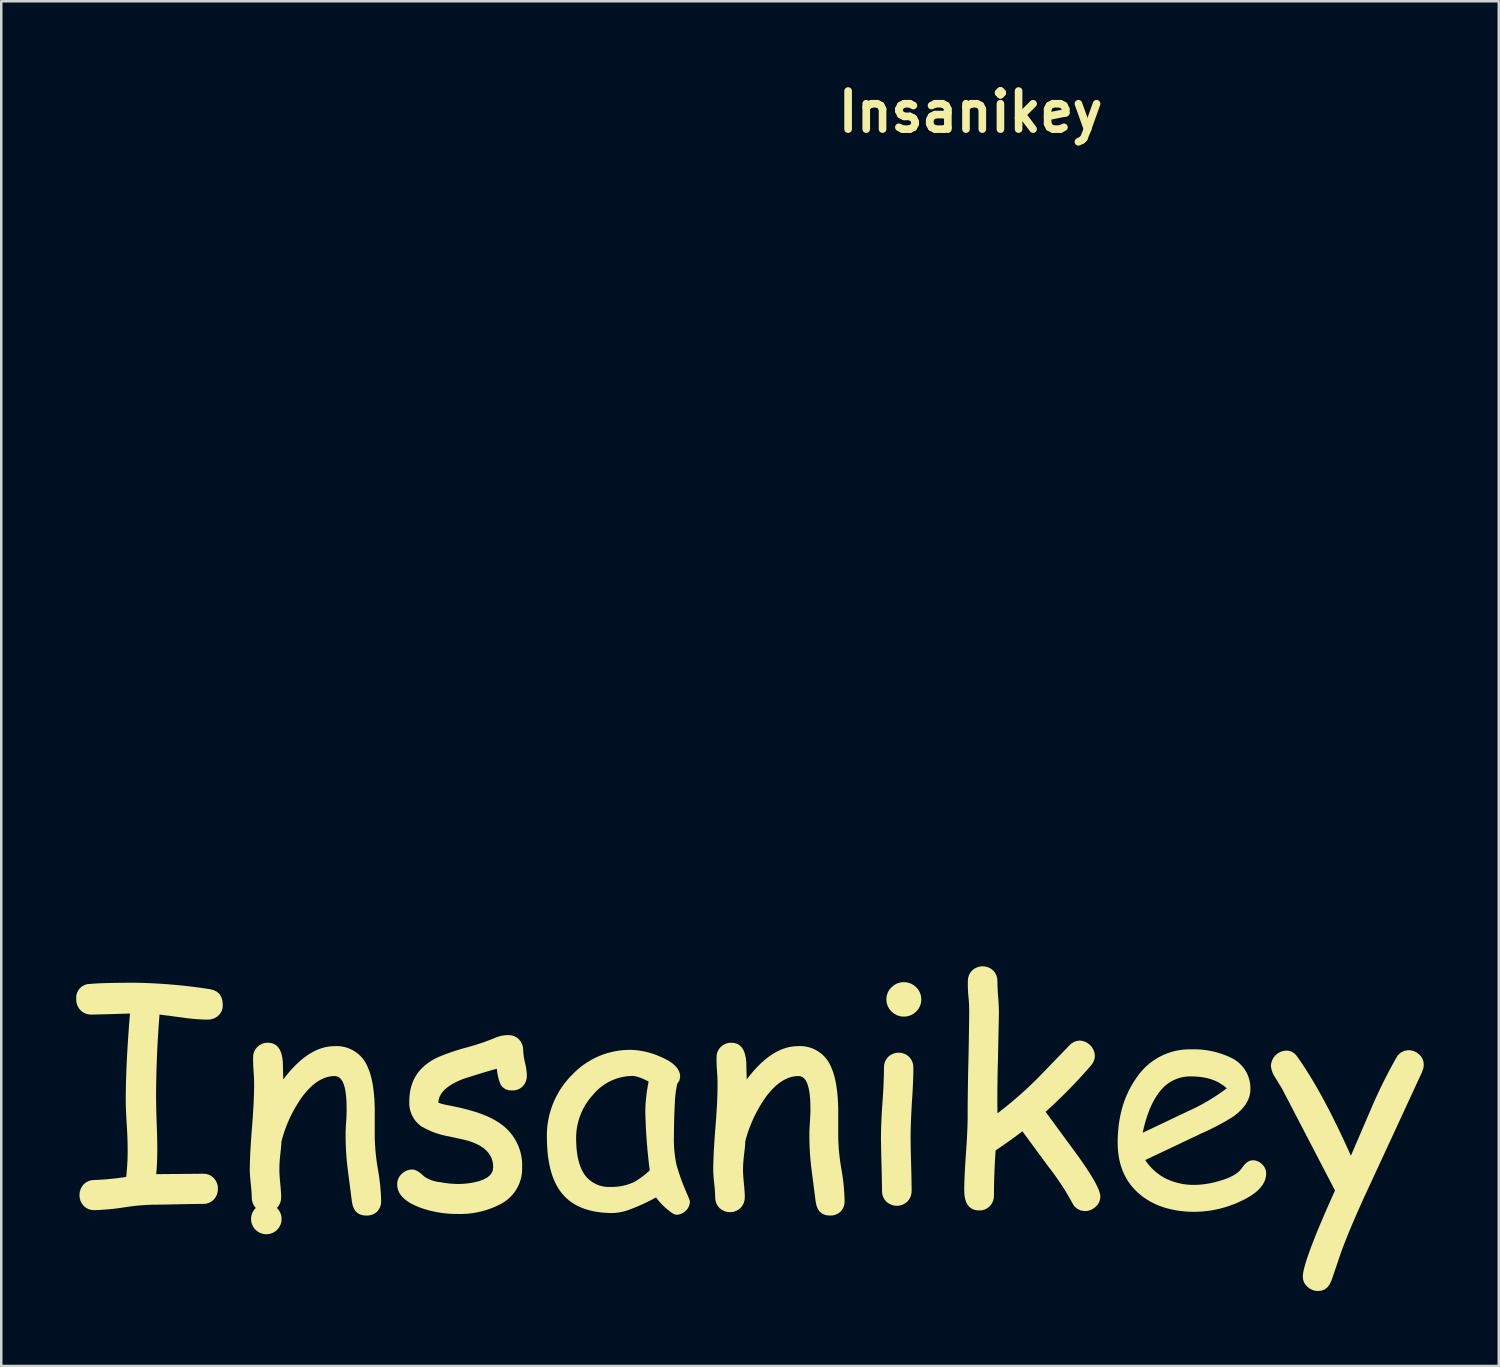
<source format=kicad_pcb>
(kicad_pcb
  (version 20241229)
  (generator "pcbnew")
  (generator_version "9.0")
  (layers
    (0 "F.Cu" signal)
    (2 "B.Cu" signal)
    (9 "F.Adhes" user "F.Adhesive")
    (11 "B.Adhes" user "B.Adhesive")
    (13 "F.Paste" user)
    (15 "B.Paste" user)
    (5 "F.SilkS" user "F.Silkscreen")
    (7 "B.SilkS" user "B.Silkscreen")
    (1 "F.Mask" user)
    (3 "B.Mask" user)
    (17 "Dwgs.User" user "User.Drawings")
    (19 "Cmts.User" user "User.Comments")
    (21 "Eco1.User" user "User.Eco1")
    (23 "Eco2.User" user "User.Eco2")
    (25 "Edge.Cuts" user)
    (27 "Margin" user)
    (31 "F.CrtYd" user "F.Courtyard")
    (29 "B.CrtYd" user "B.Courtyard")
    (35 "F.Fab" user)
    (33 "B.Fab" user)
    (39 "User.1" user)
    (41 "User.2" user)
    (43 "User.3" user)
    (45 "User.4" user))
  (footprint "Insanikey"
    (layer "F.Cu")
    (at 35.784 41.947)
    (property "Reference" "Insanikey" (at 0 -40.52 0) (layer "F.SilkS") (effects (font (size 1.524 1.524) (thickness 0.305))))
    (attr exclude_from_pos_files exclude_from_bom)
    (fp_poly (pts (xy -2.667 -4.318) (xy -2.803 -4.33) (xy -2.934 -4.369) (xy -3.054 -4.433) (xy -3.16 -4.519) (xy -3.249 -4.623) (xy -3.315 -4.742) (xy -3.356 -4.873) (xy -3.368 -5.009) (xy -3.355 -5.144) (xy -3.315 -5.275) (xy -3.249 -5.394) (xy -3.16 -5.496) (xy -3.054 -5.583) (xy -2.934 -5.647) (xy -2.803 -5.686) (xy -2.667 -5.698) (xy -2.531 -5.686) (xy -2.401 -5.647) (xy -2.281 -5.583) (xy -2.176 -5.496) (xy -2.087 -5.393) (xy -2.022 -5.274) (xy -1.982 -5.144) (xy -1.969 -5.009) (xy -1.981 -4.873) (xy -2.021 -4.742) (xy -2.087 -4.623) (xy -2.176 -4.519) (xy -2.281 -4.433) (xy -2.401 -4.369) (xy -2.531 -4.33) (xy -2.667 -4.318)) (stroke (width 0) (type solid)) (fill yes) (layer "F.SilkS"))
    (fp_poly (pts (xy -2.398 0.517) (xy -2.397 0.626) (xy -2.396 0.75) (xy -2.394 0.889) (xy -2.391 1.041) (xy -2.387 1.208) (xy -2.383 1.389) (xy -2.377 1.585) (xy -2.372 1.781) (xy -2.367 1.962) (xy -2.364 2.129) (xy -2.361 2.281) (xy -2.359 2.42) (xy -2.357 2.544) (xy -2.357 2.654) (xy -2.366 2.771) (xy -2.398 2.885) (xy -2.452 2.99) (xy -2.526 3.082) (xy -2.618 3.154) (xy -2.721 3.208) (xy -2.833 3.241) (xy -2.95 3.252) (xy -3.066 3.241) (xy -3.178 3.208) (xy -3.281 3.154) (xy -3.373 3.082) (xy -3.448 2.99) (xy -3.502 2.885) (xy -3.534 2.771) (xy -3.542 2.654) (xy -3.543 2.544) (xy -3.544 2.42) (xy -3.546 2.282) (xy -3.549 2.13) (xy -3.553 1.963) (xy -3.557 1.781) (xy -3.563 1.585) (xy -3.568 1.389) (xy -3.573 1.208) (xy -3.576 1.04) (xy -3.579 0.888) (xy -3.581 0.75) (xy -3.583 0.626) (xy -3.583 0.517) (xy -3.582 0.389) (xy -3.58 0.253) (xy -3.577 0.111) (xy -3.572 -0.038) (xy -3.565 -0.194) (xy -3.557 -0.356) (xy -3.548 -0.524) (xy -3.536 -0.699) (xy -3.524 -0.879) (xy -3.511 -1.059) (xy -3.5 -1.232) (xy -3.49 -1.4) (xy -3.482 -1.562) (xy -3.476 -1.717) (xy -3.471 -1.866) (xy -3.467 -2.009) (xy -3.465 -2.146) (xy -3.464 -2.276) (xy -3.456 -2.395) (xy -3.424 -2.51) (xy -3.37 -2.616) (xy -3.295 -2.709) (xy -3.204 -2.781) (xy -3.102 -2.833) (xy -2.991 -2.866) (xy -2.876 -2.877) (xy -2.761 -2.866) (xy -2.65 -2.833) (xy -2.548 -2.781) (xy -2.457 -2.709) (xy -2.382 -2.616) (xy -2.327 -2.51) (xy -2.296 -2.395) (xy -2.288 -2.276) (xy -2.288 -2.148) (xy -2.29 -2.014) (xy -2.294 -1.872) (xy -2.299 -1.724) (xy -2.306 -1.569) (xy -2.314 -1.407) (xy -2.323 -1.237) (xy -2.334 -1.062) (xy -2.347 -0.879) (xy -2.357 -0.696) (xy -2.366 -0.521) (xy -2.374 -0.352) (xy -2.381 -0.19) (xy -2.387 -0.035) (xy -2.392 0.113) (xy -2.395 0.254) (xy -2.397 0.389) (xy -2.398 0.517)) (stroke (width 0) (type solid)) (fill yes) (layer "F.SilkS"))
    (fp_poly (pts (xy 18.065 -2.096) (xy 16.006 2.357) (xy 15.922 2.536) (xy 15.841 2.712) (xy 15.761 2.884) (xy 15.685 3.053) (xy 15.61 3.219) (xy 15.537 3.382) (xy 15.467 3.541) (xy 15.399 3.697) (xy 15.333 3.85) (xy 15.269 3.999) (xy 15.208 4.145) (xy 15.148 4.288) (xy 15.091 4.428) (xy 15.036 4.564) (xy 14.984 4.697) (xy 14.933 4.827) (xy 14.885 4.954) (xy 14.839 5.077) (xy 14.446 6.232) (xy 14.375 6.386) (xy 14.286 6.507) (xy 14.178 6.593) (xy 14.053 6.644) (xy 13.909 6.662) (xy 13.791 6.651) (xy 13.678 6.618) (xy 13.572 6.565) (xy 13.479 6.492) (xy 13.401 6.408) (xy 13.342 6.309) (xy 13.307 6.199) (xy 13.296 6.084) (xy 13.299 6.026) (xy 13.307 5.958) (xy 13.32 5.88) (xy 13.339 5.793) (xy 13.363 5.697) (xy 13.392 5.592) (xy 13.426 5.477) (xy 13.466 5.354) (xy 13.512 5.22) (xy 13.562 5.078) (xy 13.618 4.926) (xy 13.679 4.764) (xy 13.746 4.594) (xy 13.817 4.414) (xy 13.894 4.224) (xy 13.977 4.026) (xy 14.065 3.818) (xy 14.158 3.601) (xy 14.256 3.374) (xy 14.36 3.138) (xy 14.469 2.893) (xy 14.583 2.638) (xy 12.455 -1.454) (xy 12.187 -1.888) (xy 12.123 -1.994) (xy 12.073 -2.107) (xy 12.038 -2.225) (xy 12.018 -2.347) (xy 12.033 -2.464) (xy 12.07 -2.577) (xy 12.127 -2.68) (xy 12.202 -2.772) (xy 12.293 -2.848) (xy 12.396 -2.906) (xy 12.508 -2.943) (xy 12.626 -2.96) (xy 12.748 -2.95) (xy 12.863 -2.91) (xy 12.965 -2.842) (xy 13.047 -2.752) (xy 13.12 -2.65) (xy 13.193 -2.545) (xy 13.267 -2.437) (xy 13.34 -2.326) (xy 13.415 -2.212) (xy 13.489 -2.095) (xy 13.564 -1.975) (xy 13.639 -1.851) (xy 13.715 -1.725) (xy 13.791 -1.596) (xy 13.867 -1.464) (xy 13.944 -1.329) (xy 14.021 -1.19) (xy 14.098 -1.049) (xy 14.176 -0.905) (xy 14.254 -0.757) (xy 14.333 -0.607) (xy 14.412 -0.453) (xy 14.491 -0.297) (xy 14.57 -0.137) (xy 14.65 0.025) (xy 14.731 0.191) (xy 14.811 0.359) (xy 14.892 0.531) (xy 14.974 0.706) (xy 15.055 0.884) (xy 15.137 1.064) (xy 15.22 1.248) (xy 16.102 -0.804) (xy 16.154 -0.921) (xy 16.206 -1.038) (xy 16.26 -1.155) (xy 16.314 -1.271) (xy 16.369 -1.387) (xy 16.424 -1.503) (xy 16.48 -1.618) (xy 16.537 -1.733) (xy 16.595 -1.847) (xy 16.653 -1.961) (xy 16.712 -2.075) (xy 16.772 -2.188) (xy 16.832 -2.301) (xy 16.894 -2.414) (xy 16.956 -2.526) (xy 17.018 -2.638) (xy 17.101 -2.773) (xy 17.219 -2.88) (xy 17.361 -2.949) (xy 17.518 -2.977) (xy 17.636 -2.967) (xy 17.75 -2.934) (xy 17.856 -2.881) (xy 17.949 -2.807) (xy 18.029 -2.723) (xy 18.088 -2.623) (xy 18.125 -2.513) (xy 18.137 -2.398) (xy 18.118 -2.243) (xy 18.065 -2.096)) (stroke (width 0) (type solid)) (fill yes) (layer "F.SilkS"))
    (fp_poly (pts (xy 4.572 3.463) (xy 4.413 3.439) (xy 4.267 3.37) (xy 4.147 3.262) (xy 4.064 3.124) (xy 4.013 3.031) (xy 3.96 2.938) (xy 3.907 2.846) (xy 3.853 2.754) (xy 3.798 2.663) (xy 3.742 2.573) (xy 3.684 2.483) (xy 3.626 2.394) (xy 3.568 2.305) (xy 3.508 2.217) (xy 3.447 2.129) (xy 3.385 2.043) (xy 3.323 1.956) (xy 3.259 1.871) (xy 3.195 1.786) (xy 3.129 1.702) (xy 2.074 0.268) (xy 1.982 0.34) (xy 1.878 0.418) (xy 1.762 0.504) (xy 1.635 0.597) (xy 1.495 0.696) (xy 1.343 0.802) (xy 1.18 0.915) (xy 1.004 1.035) (xy 0.993 1.202) (xy 0.982 1.369) (xy 0.973 1.535) (xy 0.965 1.7) (xy 0.958 1.865) (xy 0.952 2.028) (xy 0.947 2.191) (xy 0.943 2.353) (xy 0.94 2.514) (xy 0.939 2.674) (xy 0.938 2.833) (xy 0.93 2.953) (xy 0.898 3.068) (xy 0.844 3.175) (xy 0.769 3.268) (xy 0.679 3.342) (xy 0.577 3.397) (xy 0.465 3.429) (xy 0.349 3.438) (xy 0.208 3.425) (xy 0.086 3.387) (xy -0.017 3.324) (xy -0.101 3.235) (xy -0.167 3.122) (xy -0.214 2.983) (xy -0.243 2.818) (xy -0.252 2.628) (xy -0.251 2.512) (xy -0.249 2.384) (xy -0.244 2.243) (xy -0.238 2.091) (xy -0.231 1.926) (xy -0.221 1.75) (xy -0.21 1.561) (xy -0.197 1.361) (xy -0.183 1.148) (xy -0.168 0.936) (xy -0.155 0.735) (xy -0.144 0.547) (xy -0.135 0.37) (xy -0.128 0.206) (xy -0.122 0.054) (xy -0.118 -0.086) (xy -0.115 -0.214) (xy -0.115 -0.33) (xy -0.115 -0.471) (xy -0.114 -0.615) (xy -0.114 -0.762) (xy -0.112 -0.912) (xy -0.111 -1.065) (xy -0.109 -1.221) (xy -0.107 -1.38) (xy -0.105 -1.543) (xy -0.102 -1.708) (xy -0.099 -1.876) (xy -0.096 -2.048) (xy -0.092 -2.222) (xy -0.088 -2.399) (xy -0.084 -2.577) (xy -0.08 -2.751) (xy -0.076 -2.922) (xy -0.073 -3.091) (xy -0.07 -3.256) (xy -0.067 -3.418) (xy -0.065 -3.577) (xy -0.062 -3.733) (xy -0.06 -3.886) (xy -0.058 -4.036) (xy -0.057 -4.183) (xy -0.055 -4.326) (xy -0.054 -4.467) (xy -0.054 -4.606) (xy -0.057 -4.758) (xy -0.065 -4.921) (xy -0.081 -5.097) (xy -0.097 -5.272) (xy -0.105 -5.436) (xy -0.108 -5.588) (xy -0.108 -5.728) (xy -0.1 -5.848) (xy -0.068 -5.963) (xy -0.014 -6.07) (xy 0.061 -6.164) (xy 0.153 -6.236) (xy 0.257 -6.289) (xy 0.368 -6.322) (xy 0.484 -6.333) (xy 0.6 -6.322) (xy 0.712 -6.289) (xy 0.816 -6.236) (xy 0.908 -6.164) (xy 0.982 -6.07) (xy 1.037 -5.963) (xy 1.069 -5.848) (xy 1.077 -5.728) (xy 1.079 -5.585) (xy 1.085 -5.43) (xy 1.094 -5.262) (xy 1.108 -5.082) (xy 1.121 -4.901) (xy 1.13 -4.734) (xy 1.135 -4.579) (xy 1.136 -4.436) (xy 1.096 -2.52) (xy 1.091 -2.36) (xy 1.087 -2.201) (xy 1.084 -2.041) (xy 1.081 -1.882) (xy 1.079 -1.723) (xy 1.077 -1.563) (xy 1.075 -1.404) (xy 1.074 -1.245) (xy 1.074 -1.085) (xy 1.074 -0.926) (xy 1.074 -0.767) (xy 1.076 -0.608) (xy 1.077 -0.449) (xy 1.18 -0.527) (xy 1.281 -0.607) (xy 1.382 -0.687) (xy 1.483 -0.768) (xy 1.583 -0.85) (xy 1.682 -0.933) (xy 1.781 -1.017) (xy 1.879 -1.101) (xy 1.976 -1.186) (xy 2.072 -1.272) (xy 2.168 -1.359) (xy 2.263 -1.446) (xy 2.358 -1.534) (xy 2.451 -1.623) (xy 2.544 -1.713) (xy 2.637 -1.803) (xy 3.947 -3.158) (xy 4.034 -3.241) (xy 4.137 -3.304) (xy 4.25 -3.345) (xy 4.369 -3.361) (xy 4.486 -3.345) (xy 4.598 -3.307) (xy 4.701 -3.249) (xy 4.792 -3.173) (xy 4.867 -3.082) (xy 4.924 -2.978) (xy 4.961 -2.865) (xy 4.977 -2.748) (xy 4.963 -2.638) (xy 4.929 -2.533) (xy 4.877 -2.435) (xy 4.808 -2.349) (xy 4.701 -2.227) (xy 4.594 -2.107) (xy 4.487 -1.987) (xy 4.378 -1.868) (xy 4.268 -1.751) (xy 4.158 -1.633) (xy 4.046 -1.517) (xy 3.934 -1.402) (xy 3.821 -1.287) (xy 3.706 -1.173) (xy 3.592 -1.061) (xy 3.476 -0.949) (xy 3.359 -0.837) (xy 3.242 -0.727) (xy 3.123 -0.618) (xy 3.004 -0.51) (xy 4.301 1.258) (xy 4.444 1.46) (xy 4.574 1.649) (xy 4.692 1.827) (xy 4.798 1.992) (xy 4.891 2.146) (xy 4.972 2.287) (xy 5.04 2.416) (xy 5.096 2.533) (xy 5.139 2.638) (xy 5.17 2.731) (xy 5.189 2.812) (xy 5.195 2.88) (xy 5.183 2.996) (xy 5.146 3.106) (xy 5.087 3.206) (xy 5.007 3.29) (xy 4.913 3.365) (xy 4.807 3.42) (xy 4.692 3.453) (xy 4.572 3.463)) (stroke (width 0) (type solid)) (fill yes) (layer "F.SilkS"))
    (fp_poly (pts (xy -5.618 3.642) (xy -5.755 3.631) (xy -5.873 3.597) (xy -5.973 3.54) (xy -6.056 3.459) (xy -6.12 3.356) (xy -6.167 3.231) (xy -6.196 3.082) (xy -6.365 1.778) (xy -6.384 1.616) (xy -6.4 1.453) (xy -6.414 1.29) (xy -6.426 1.127) (xy -6.435 0.964) (xy -6.442 0.801) (xy -6.446 0.638) (xy -6.448 0.474) (xy -6.448 0.377) (xy -6.446 0.25) (xy -6.439 0.094) (xy -6.428 -0.091) (xy -6.416 -0.276) (xy -6.409 -0.432) (xy -6.406 -0.559) (xy -6.406 -0.657) (xy -6.41 -0.88) (xy -6.422 -1.082) (xy -6.441 -1.262) (xy -6.469 -1.422) (xy -6.504 -1.56) (xy -6.548 -1.677) (xy -6.599 -1.772) (xy -6.658 -1.847) (xy -6.725 -1.9) (xy -6.8 -1.932) (xy -6.883 -1.942) (xy -7.016 -1.934) (xy -7.147 -1.91) (xy -7.277 -1.871) (xy -7.406 -1.815) (xy -7.534 -1.744) (xy -7.661 -1.657) (xy -7.787 -1.554) (xy -7.911 -1.435) (xy -8.034 -1.3) (xy -8.157 -1.15) (xy -8.23 -1.046) (xy -8.3 -0.942) (xy -8.369 -0.835) (xy -8.434 -0.727) (xy -8.497 -0.617) (xy -8.558 -0.506) (xy -8.616 -0.394) (xy -8.671 -0.28) (xy -8.723 -0.165) (xy -8.773 -0.049) (xy -8.82 0.069) (xy -8.865 0.187) (xy -8.906 0.307) (xy -8.945 0.427) (xy -8.981 0.549) (xy -9.013 0.671) (xy -9.018 0.795) (xy -9.03 0.934) (xy -9.048 1.087) (xy -9.068 1.255) (xy -9.083 1.399) (xy -9.094 1.543) (xy -9.101 1.688) (xy -9.103 1.832) (xy -9.101 1.933) (xy -9.094 2.055) (xy -9.083 2.2) (xy -9.068 2.367) (xy -9.052 2.534) (xy -9.041 2.68) (xy -9.034 2.803) (xy -9.032 2.904) (xy -9.04 3.023) (xy -9.072 3.138) (xy -9.127 3.244) (xy -9.201 3.338) (xy -9.293 3.41) (xy -9.397 3.463) (xy -9.509 3.496) (xy -9.625 3.507) (xy -9.741 3.496) (xy -9.853 3.463) (xy -9.956 3.41) (xy -10.048 3.338) (xy -10.122 3.244) (xy -10.177 3.138) (xy -10.209 3.023) (xy -10.217 2.904) (xy -10.222 2.77) (xy -10.23 2.635) (xy -10.241 2.501) (xy -10.256 2.367) (xy -10.273 2.2) (xy -10.285 2.055) (xy -10.293 1.933) (xy -10.295 1.832) (xy -10.295 1.717) (xy -10.292 1.594) (xy -10.289 1.463) (xy -10.284 1.325) (xy -10.277 1.178) (xy -10.27 1.025) (xy -10.26 0.863) (xy -10.25 0.693) (xy -10.238 0.516) (xy -10.224 0.332) (xy -10.209 0.139) (xy -10.194 -0.054) (xy -10.18 -0.238) (xy -10.168 -0.416) (xy -10.158 -0.585) (xy -10.148 -0.747) (xy -10.14 -0.901) (xy -10.134 -1.047) (xy -10.129 -1.185) (xy -10.125 -1.316) (xy -10.123 -1.439) (xy -10.123 -1.554) (xy -10.123 -1.661) (xy -10.125 -1.791) (xy -10.131 -1.944) (xy -10.143 -2.12) (xy -10.155 -2.295) (xy -10.161 -2.448) (xy -10.163 -2.579) (xy -10.163 -2.686) (xy -10.155 -2.802) (xy -10.123 -2.914) (xy -10.069 -3.016) (xy -9.994 -3.105) (xy -9.904 -3.179) (xy -9.801 -3.233) (xy -9.69 -3.265) (xy -9.574 -3.275) (xy -9.445 -3.263) (xy -9.331 -3.227) (xy -9.233 -3.166) (xy -9.15 -3.082) (xy -9.083 -2.973) (xy -9.031 -2.84) (xy -8.994 -2.682) (xy -8.973 -2.501) (xy -8.956 -1.805) (xy -8.838 -1.957) (xy -8.72 -2.1) (xy -8.601 -2.234) (xy -8.482 -2.358) (xy -8.363 -2.474) (xy -8.243 -2.58) (xy -8.123 -2.677) (xy -8.002 -2.764) (xy -7.882 -2.843) (xy -7.76 -2.912) (xy -7.639 -2.972) (xy -7.517 -3.022) (xy -7.395 -3.064) (xy -7.272 -3.096) (xy -7.149 -3.119) (xy -7.026 -3.133) (xy -6.902 -3.138) (xy -6.797 -3.14) (xy -6.692 -3.134) (xy -6.587 -3.12) (xy -6.485 -3.098) (xy -6.384 -3.067) (xy -6.286 -3.029) (xy -6.191 -2.983) (xy -6.1 -2.93) (xy -6.014 -2.87) (xy -5.933 -2.804) (xy -5.857 -2.731) (xy -5.787 -2.652) (xy -5.723 -2.569) (xy -5.666 -2.48) (xy -5.617 -2.387) (xy -5.574 -2.291) (xy -5.53 -2.185) (xy -5.489 -2.07) (xy -5.452 -1.946) (xy -5.419 -1.814) (xy -5.389 -1.672) (xy -5.364 -1.522) (xy -5.342 -1.362) (xy -5.324 -1.194) (xy -5.31 -1.017) (xy -5.3 -0.831) (xy -5.293 -0.637) (xy -5.293 -0.035) (xy -5.293 0.518) (xy -5.288 0.679) (xy -5.28 0.839) (xy -5.269 0.999) (xy -5.254 1.159) (xy -5.236 1.319) (xy -5.216 1.478) (xy -5.192 1.637) (xy -5.165 1.795) (xy -5.138 1.953) (xy -5.114 2.111) (xy -5.094 2.269) (xy -5.076 2.428) (xy -5.062 2.588) (xy -5.051 2.747) (xy -5.043 2.907) (xy -5.038 3.067) (xy -5.045 3.184) (xy -5.077 3.297) (xy -5.132 3.401) (xy -5.207 3.492) (xy -5.297 3.558) (xy -5.398 3.607) (xy -5.507 3.635) (xy -5.618 3.642)) (stroke (width 0) (type solid)) (fill yes) (layer "F.SilkS"))
    (fp_poly (pts (xy -30.534 -4.198) (xy -30.654 -4.201) (xy -30.774 -4.206) (xy -30.895 -4.213) (xy -31.014 -4.221) (xy -31.134 -4.232) (xy -31.254 -4.245) (xy -31.373 -4.259) (xy -31.492 -4.276) (xy -32.451 -4.401) (xy -32.464 -4.228) (xy -32.477 -4.056) (xy -32.489 -3.885) (xy -32.5 -3.714) (xy -32.511 -3.544) (xy -32.521 -3.375) (xy -32.53 -3.207) (xy -32.539 -3.04) (xy -32.547 -2.873) (xy -32.554 -2.707) (xy -32.56 -2.542) (xy -32.566 -2.378) (xy -32.571 -2.214) (xy -32.576 -2.051) (xy -32.579 -1.889) (xy -32.583 -1.728) (xy -32.585 -1.567) (xy -32.587 -1.408) (xy -32.588 -1.249) (xy -32.588 -1.09) (xy -32.588 -0.967) (xy -32.586 -0.836) (xy -32.584 -0.697) (xy -32.58 -0.55) (xy -32.576 -0.395) (xy -32.571 -0.232) (xy -32.564 -0.061) (xy -32.558 0.11) (xy -32.553 0.273) (xy -32.548 0.428) (xy -32.545 0.576) (xy -32.543 0.715) (xy -32.541 0.846) (xy -32.541 0.969) (xy -32.541 1.126) (xy -32.544 1.28) (xy -32.548 1.43) (xy -32.554 1.575) (xy -32.562 1.716) (xy -32.572 1.853) (xy -32.583 1.985) (xy -30.703 1.968) (xy -30.587 1.976) (xy -30.476 2.008) (xy -30.373 2.063) (xy -30.283 2.137) (xy -30.21 2.23) (xy -30.156 2.336) (xy -30.123 2.45) (xy -30.114 2.569) (xy -30.123 2.689) (xy -30.155 2.804) (xy -30.209 2.911) (xy -30.283 3.006) (xy -30.373 3.08) (xy -30.476 3.134) (xy -30.587 3.167) (xy -30.703 3.175) (xy -30.825 3.176) (xy -30.965 3.177) (xy -31.123 3.179) (xy -31.299 3.182) (xy -31.492 3.186) (xy -31.704 3.19) (xy -31.917 3.195) (xy -32.111 3.199) (xy -32.287 3.202) (xy -32.444 3.204) (xy -32.583 3.205) (xy -32.703 3.206) (xy -32.851 3.211) (xy -32.999 3.219) (xy -33.146 3.229) (xy -33.293 3.241) (xy -33.441 3.256) (xy -33.587 3.274) (xy -33.734 3.293) (xy -33.88 3.316) (xy -34.027 3.338) (xy -34.175 3.357) (xy -34.323 3.375) (xy -34.471 3.39) (xy -34.619 3.402) (xy -34.768 3.412) (xy -34.917 3.42) (xy -35.065 3.426) (xy -35.181 3.417) (xy -35.292 3.385) (xy -35.395 3.331) (xy -35.484 3.256) (xy -35.558 3.163) (xy -35.612 3.058) (xy -35.644 2.943) (xy -35.653 2.825) (xy -35.644 2.705) (xy -35.612 2.59) (xy -35.558 2.483) (xy -35.484 2.389) (xy -35.395 2.315) (xy -35.293 2.26) (xy -35.181 2.228) (xy -35.065 2.22) (xy -34.905 2.213) (xy -34.744 2.203) (xy -34.584 2.191) (xy -34.423 2.177) (xy -34.263 2.16) (xy -34.104 2.141) (xy -33.944 2.119) (xy -33.785 2.095) (xy -33.77 1.958) (xy -33.758 1.82) (xy -33.747 1.683) (xy -33.739 1.545) (xy -33.732 1.408) (xy -33.728 1.27) (xy -33.726 1.132) (xy -33.726 0.994) (xy -33.727 0.852) (xy -33.73 0.7) (xy -33.735 0.538) (xy -33.742 0.365) (xy -33.752 0.183) (xy -33.763 -0.01) (xy -33.775 -0.203) (xy -33.785 -0.385) (xy -33.792 -0.556) (xy -33.798 -0.716) (xy -33.801 -0.867) (xy -33.802 -1.007) (xy -33.802 -1.14) (xy -33.801 -1.276) (xy -33.799 -1.414) (xy -33.796 -1.556) (xy -33.793 -1.701) (xy -33.788 -1.849) (xy -33.783 -2) (xy -33.778 -2.154) (xy -33.771 -2.312) (xy -33.764 -2.472) (xy -33.756 -2.636) (xy -33.747 -2.802) (xy -33.737 -2.972) (xy -33.727 -3.145) (xy -33.716 -3.321) (xy -33.704 -3.5) (xy -33.691 -3.682) (xy -33.678 -3.867) (xy -33.664 -4.056) (xy -33.649 -4.247) (xy -33.633 -4.442) (xy -34.407 -4.418) (xy -35.181 -4.399) (xy -35.298 -4.408) (xy -35.412 -4.44) (xy -35.517 -4.494) (xy -35.609 -4.569) (xy -35.687 -4.665) (xy -35.744 -4.776) (xy -35.777 -4.896) (xy -35.783 -5.021) (xy -35.784 -5.137) (xy -35.759 -5.251) (xy -35.711 -5.357) (xy -35.642 -5.451) (xy -35.554 -5.528) (xy -35.452 -5.584) (xy -35.341 -5.618) (xy -35.225 -5.627) (xy -35.13 -5.635) (xy -35.021 -5.643) (xy -34.898 -5.649) (xy -34.762 -5.655) (xy -34.611 -5.66) (xy -34.446 -5.664) (xy -34.267 -5.668) (xy -34.075 -5.671) (xy -33.868 -5.673) (xy -33.647 -5.674) (xy -33.413 -5.674) (xy -33.32 -5.672) (xy -33.227 -5.67) (xy -33.134 -5.668) (xy -33.041 -5.665) (xy -32.948 -5.661) (xy -32.855 -5.658) (xy -32.762 -5.653) (xy -32.669 -5.649) (xy -32.576 -5.644) (xy -32.483 -5.638) (xy -32.39 -5.633) (xy -32.298 -5.626) (xy -32.205 -5.62) (xy -32.112 -5.613) (xy -32.019 -5.605) (xy -31.927 -5.598) (xy -31.834 -5.589) (xy -31.741 -5.581) (xy -31.649 -5.572) (xy -31.556 -5.562) (xy -31.464 -5.553) (xy -31.371 -5.542) (xy -31.279 -5.532) (xy -31.186 -5.521) (xy -31.094 -5.509) (xy -31.002 -5.498) (xy -30.91 -5.485) (xy -30.817 -5.473) (xy -30.725 -5.46) (xy -30.633 -5.447) (xy -30.541 -5.433) (xy -30.449 -5.419) (xy -30.287 -5.38) (xy -30.155 -5.314) (xy -30.052 -5.221) (xy -29.978 -5.101) (xy -29.934 -4.955) (xy -29.919 -4.782) (xy -29.929 -4.655) (xy -29.968 -4.534) (xy -30.034 -4.426) (xy -30.123 -4.335) (xy -30.215 -4.275) (xy -30.317 -4.231) (xy -30.424 -4.205) (xy -30.534 -4.198)) (stroke (width 0) (type solid)) (fill yes) (layer "F.SilkS"))
    (fp_poly (pts (xy -24.176 3.642) (xy -24.312 3.631) (xy -24.43 3.597) (xy -24.53 3.54) (xy -24.613 3.459) (xy -24.678 3.356) (xy -24.724 3.231) (xy -24.753 3.082) (xy -24.922 1.778) (xy -24.941 1.616) (xy -24.958 1.453) (xy -24.972 1.29) (xy -24.983 1.127) (xy -24.992 0.964) (xy -24.999 0.801) (xy -25.003 0.638) (xy -25.005 0.474) (xy -25.005 0.377) (xy -25.003 0.25) (xy -24.997 0.094) (xy -24.985 -0.091) (xy -24.973 -0.276) (xy -24.967 -0.432) (xy -24.965 -0.559) (xy -24.965 -0.657) (xy -24.969 -0.901) (xy -24.984 -1.12) (xy -25.007 -1.312) (xy -25.04 -1.479) (xy -25.083 -1.621) (xy -25.135 -1.737) (xy -25.197 -1.826) (xy -25.269 -1.891) (xy -25.35 -1.929) (xy -25.44 -1.942) (xy -25.573 -1.934) (xy -25.704 -1.91) (xy -25.835 -1.871) (xy -25.964 -1.815) (xy -26.092 -1.744) (xy -26.218 -1.657) (xy -26.344 -1.554) (xy -26.468 -1.435) (xy -26.592 -1.3) (xy -26.714 -1.15) (xy -26.787 -1.047) (xy -26.858 -0.942) (xy -26.926 -0.835) (xy -26.992 -0.727) (xy -27.055 -0.618) (xy -27.116 -0.506) (xy -27.173 -0.394) (xy -27.229 -0.28) (xy -27.281 -0.165) (xy -27.331 -0.049) (xy -27.378 0.069) (xy -27.422 0.187) (xy -27.464 0.307) (xy -27.502 0.427) (xy -27.538 0.548) (xy -27.571 0.671) (xy -27.579 0.795) (xy -27.591 0.934) (xy -27.606 1.087) (xy -27.625 1.255) (xy -27.639 1.399) (xy -27.649 1.543) (xy -27.654 1.688) (xy -27.655 1.832) (xy -27.653 1.933) (xy -27.646 2.055) (xy -27.635 2.2) (xy -27.62 2.367) (xy -27.604 2.534) (xy -27.593 2.68) (xy -27.586 2.803) (xy -27.584 2.904) (xy -27.592 3.023) (xy -27.624 3.138) (xy -27.679 3.245) (xy -27.754 3.338) (xy -27.693 3.405) (xy -27.643 3.481) (xy -27.605 3.563) (xy -27.579 3.65) (xy -27.567 3.74) (xy -27.568 3.831) (xy -27.582 3.92) (xy -27.61 4.007) (xy -27.65 4.088) (xy -27.701 4.163) (xy -27.764 4.229) (xy -27.835 4.285) (xy -27.913 4.33) (xy -27.998 4.363) (xy -28.086 4.383) (xy -28.177 4.39) (xy -28.267 4.383) (xy -28.356 4.363) (xy -28.44 4.33) (xy -28.519 4.285) (xy -28.59 4.229) (xy -28.652 4.163) (xy -28.704 4.088) (xy -28.744 4.007) (xy -28.772 3.92) (xy -28.786 3.831) (xy -28.787 3.74) (xy -28.775 3.65) (xy -28.749 3.563) (xy -28.711 3.481) (xy -28.661 3.405) (xy -28.6 3.338) (xy -28.672 3.244) (xy -28.724 3.137) (xy -28.754 3.022) (xy -28.761 2.904) (xy -28.764 2.803) (xy -28.771 2.68) (xy -28.783 2.535) (xy -28.8 2.367) (xy -28.817 2.2) (xy -28.829 2.055) (xy -28.836 1.932) (xy -28.839 1.832) (xy -28.838 1.717) (xy -28.836 1.594) (xy -28.833 1.463) (xy -28.828 1.325) (xy -28.821 1.178) (xy -28.813 1.025) (xy -28.804 0.863) (xy -28.793 0.693) (xy -28.781 0.516) (xy -28.768 0.332) (xy -28.753 0.139) (xy -28.738 -0.054) (xy -28.724 -0.238) (xy -28.712 -0.416) (xy -28.701 -0.585) (xy -28.692 -0.747) (xy -28.684 -0.901) (xy -28.678 -1.047) (xy -28.673 -1.185) (xy -28.669 -1.316) (xy -28.667 -1.439) (xy -28.666 -1.554) (xy -28.667 -1.661) (xy -28.669 -1.791) (xy -28.675 -1.944) (xy -28.687 -2.12) (xy -28.698 -2.295) (xy -28.704 -2.448) (xy -28.707 -2.579) (xy -28.707 -2.686) (xy -28.699 -2.802) (xy -28.667 -2.914) (xy -28.612 -3.016) (xy -28.538 -3.105) (xy -28.448 -3.179) (xy -28.345 -3.233) (xy -28.233 -3.265) (xy -28.118 -3.275) (xy -27.989 -3.263) (xy -27.875 -3.227) (xy -27.777 -3.166) (xy -27.694 -3.082) (xy -27.626 -2.973) (xy -27.574 -2.84) (xy -27.538 -2.682) (xy -27.517 -2.501) (xy -27.5 -1.805) (xy -27.382 -1.957) (xy -27.263 -2.1) (xy -27.145 -2.234) (xy -27.026 -2.358) (xy -26.906 -2.474) (xy -26.787 -2.58) (xy -26.667 -2.677) (xy -26.546 -2.764) (xy -26.425 -2.843) (xy -26.304 -2.912) (xy -26.183 -2.972) (xy -26.061 -3.022) (xy -25.938 -3.064) (xy -25.816 -3.096) (xy -25.693 -3.119) (xy -25.569 -3.133) (xy -25.446 -3.138) (xy -25.34 -3.14) (xy -25.235 -3.134) (xy -25.131 -3.12) (xy -25.028 -3.098) (xy -24.928 -3.067) (xy -24.83 -3.029) (xy -24.735 -2.983) (xy -24.644 -2.93) (xy -24.558 -2.87) (xy -24.476 -2.804) (xy -24.4 -2.731) (xy -24.33 -2.652) (xy -24.267 -2.569) (xy -24.21 -2.48) (xy -24.16 -2.387) (xy -24.118 -2.291) (xy -24.073 -2.185) (xy -24.032 -2.07) (xy -23.995 -1.946) (xy -23.962 -1.814) (xy -23.933 -1.672) (xy -23.907 -1.522) (xy -23.886 -1.362) (xy -23.868 -1.194) (xy -23.854 -1.017) (xy -23.845 -0.831) (xy -23.839 -0.637) (xy -23.839 -0.035) (xy -23.839 0.518) (xy -23.834 0.679) (xy -23.825 0.839) (xy -23.814 0.999) (xy -23.8 1.159) (xy -23.782 1.319) (xy -23.762 1.478) (xy -23.738 1.637) (xy -23.712 1.795) (xy -23.685 1.953) (xy -23.661 2.111) (xy -23.64 2.269) (xy -23.622 2.428) (xy -23.608 2.588) (xy -23.596 2.747) (xy -23.588 2.907) (xy -23.583 3.067) (xy -23.59 3.184) (xy -23.622 3.297) (xy -23.677 3.401) (xy -23.752 3.492) (xy -23.845 3.56) (xy -23.949 3.609) (xy -24.061 3.637) (xy -24.176 3.642)) (stroke (width 0) (type solid)) (fill yes) (layer "F.SilkS"))
    (fp_poly (pts (xy -18.342 -1.365) (xy -18.475 -1.371) (xy -18.602 -1.412) (xy -18.713 -1.487) (xy -18.799 -1.588) (xy -18.857 -1.744) (xy -18.903 -1.904) (xy -18.935 -2.067) (xy -18.953 -2.232) (xy -19.059 -2.204) (xy -19.176 -2.171) (xy -19.305 -2.134) (xy -19.446 -2.093) (xy -19.598 -2.046) (xy -19.763 -1.995) (xy -19.94 -1.94) (xy -20.128 -1.88) (xy -20.328 -1.815) (xy -20.53 -1.728) (xy -20.708 -1.637) (xy -20.862 -1.541) (xy -20.993 -1.441) (xy -21.1 -1.336) (xy -21.184 -1.227) (xy -21.244 -1.113) (xy -21.281 -0.996) (xy -21.294 -0.874) (xy -21.208 -0.844) (xy -21.12 -0.818) (xy -21.032 -0.797) (xy -20.943 -0.779) (xy -20.736 -0.739) (xy -20.538 -0.697) (xy -20.348 -0.653) (xy -20.166 -0.608) (xy -19.993 -0.56) (xy -19.828 -0.511) (xy -19.672 -0.459) (xy -19.524 -0.405) (xy -19.385 -0.349) (xy -19.254 -0.291) (xy -19.131 -0.23) (xy -19.017 -0.167) (xy -18.911 -0.102) (xy -18.799 -0.028) (xy -18.691 0.054) (xy -18.59 0.142) (xy -18.494 0.237) (xy -18.405 0.337) (xy -18.323 0.444) (xy -18.248 0.556) (xy -18.18 0.672) (xy -18.121 0.793) (xy -18.069 0.917) (xy -18.026 1.044) (xy -17.991 1.174) (xy -17.966 1.306) (xy -17.948 1.44) (xy -17.94 1.574) (xy -17.941 1.709) (xy -17.941 1.82) (xy -17.949 1.931) (xy -17.964 2.042) (xy -17.987 2.151) (xy -18.018 2.258) (xy -18.056 2.362) (xy -18.102 2.464) (xy -18.154 2.562) (xy -18.213 2.657) (xy -18.279 2.747) (xy -18.35 2.832) (xy -18.428 2.912) (xy -18.511 2.987) (xy -18.598 3.055) (xy -18.691 3.118) (xy -18.787 3.173) (xy -18.889 3.225) (xy -18.992 3.274) (xy -19.097 3.319) (xy -19.203 3.36) (xy -19.31 3.398) (xy -19.419 3.433) (xy -19.528 3.464) (xy -19.639 3.491) (xy -19.75 3.515) (xy -19.862 3.535) (xy -19.975 3.551) (xy -20.088 3.563) (xy -20.202 3.572) (xy -20.316 3.577) (xy -20.429 3.579) (xy -20.543 3.576) (xy -20.638 3.576) (xy -20.732 3.574) (xy -20.827 3.569) (xy -20.921 3.563) (xy -21.015 3.554) (xy -21.109 3.543) (xy -21.202 3.53) (xy -21.296 3.515) (xy -21.388 3.498) (xy -21.481 3.479) (xy -21.573 3.458) (xy -21.665 3.435) (xy -21.756 3.41) (xy -21.846 3.383) (xy -21.936 3.354) (xy -22.025 3.322) (xy -22.199 3.252) (xy -22.355 3.177) (xy -22.492 3.097) (xy -22.612 3.011) (xy -22.713 2.921) (xy -22.795 2.826) (xy -22.86 2.725) (xy -22.906 2.62) (xy -22.933 2.51) (xy -22.943 2.394) (xy -22.932 2.275) (xy -22.896 2.16) (xy -22.836 2.056) (xy -22.755 1.968) (xy -22.663 1.895) (xy -22.559 1.841) (xy -22.447 1.808) (xy -22.33 1.798) (xy -22.23 1.816) (xy -22.118 1.87) (xy -21.992 1.96) (xy -21.852 2.085) (xy -21.779 2.13) (xy -21.704 2.17) (xy -21.626 2.206) (xy -21.546 2.236) (xy -21.464 2.262) (xy -21.38 2.282) (xy -21.296 2.297) (xy -21.211 2.306) (xy -21.127 2.322) (xy -21.043 2.335) (xy -20.958 2.347) (xy -20.873 2.357) (xy -20.789 2.365) (xy -20.704 2.371) (xy -20.618 2.375) (xy -20.533 2.378) (xy -20.422 2.377) (xy -20.31 2.372) (xy -20.199 2.364) (xy -20.089 2.351) (xy -19.978 2.334) (xy -19.869 2.313) (xy -19.76 2.288) (xy -19.653 2.259) (xy -19.483 2.197) (xy -19.345 2.123) (xy -19.237 2.037) (xy -19.16 1.94) (xy -19.114 1.831) (xy -19.099 1.71) (xy -19.107 1.579) (xy -19.13 1.455) (xy -19.17 1.338) (xy -19.225 1.229) (xy -19.295 1.127) (xy -19.382 1.032) (xy -19.484 0.944) (xy -19.602 0.864) (xy -19.735 0.791) (xy -19.884 0.725) (xy -20.049 0.666) (xy -20.23 0.615) (xy -20.85 0.478) (xy -20.997 0.45) (xy -21.144 0.416) (xy -21.288 0.375) (xy -21.431 0.327) (xy -21.571 0.273) (xy -21.708 0.212) (xy -21.843 0.146) (xy -21.974 0.073) (xy -22.088 -0.018) (xy -22.189 -0.123) (xy -22.276 -0.24) (xy -22.347 -0.367) (xy -22.402 -0.502) (xy -22.438 -0.643) (xy -22.457 -0.787) (xy -22.457 -0.933) (xy -22.452 -1.096) (xy -22.436 -1.252) (xy -22.41 -1.402) (xy -22.373 -1.546) (xy -22.326 -1.683) (xy -22.269 -1.814) (xy -22.201 -1.939) (xy -22.123 -2.057) (xy -22.034 -2.169) (xy -21.935 -2.274) (xy -21.826 -2.373) (xy -21.706 -2.466) (xy -21.575 -2.552) (xy -21.435 -2.632) (xy -21.283 -2.706) (xy -21.144 -2.762) (xy -21.003 -2.817) (xy -20.861 -2.868) (xy -20.718 -2.918) (xy -20.575 -2.964) (xy -20.431 -3.009) (xy -20.286 -3.051) (xy -20.14 -3.09) (xy -19.998 -3.13) (xy -19.856 -3.172) (xy -19.714 -3.216) (xy -19.574 -3.263) (xy -19.434 -3.311) (xy -19.295 -3.362) (xy -19.157 -3.416) (xy -19.019 -3.471) (xy -18.892 -3.519) (xy -18.76 -3.554) (xy -18.625 -3.574) (xy -18.489 -3.58) (xy -18.373 -3.571) (xy -18.262 -3.539) (xy -18.159 -3.485) (xy -18.069 -3.41) (xy -17.995 -3.317) (xy -17.94 -3.211) (xy -17.908 -3.096) (xy -17.9 -2.977) (xy -17.891 -2.849) (xy -17.876 -2.721) (xy -17.854 -2.594) (xy -17.826 -2.469) (xy -17.797 -2.343) (xy -17.775 -2.217) (xy -17.76 -2.089) (xy -17.751 -1.961) (xy -17.76 -1.841) (xy -17.792 -1.726) (xy -17.846 -1.619) (xy -17.92 -1.526) (xy -18.011 -1.454) (xy -18.115 -1.401) (xy -18.226 -1.371) (xy -18.342 -1.365)) (stroke (width 0) (type solid)) (fill yes) (layer "F.SilkS"))
    (fp_poly (pts (xy 8.978 3.492) (xy 8.801 3.489) (xy 8.628 3.48) (xy 8.46 3.465) (xy 8.297 3.444) (xy 8.138 3.416) (xy 7.983 3.383) (xy 7.833 3.344) (xy 7.688 3.299) (xy 7.547 3.248) (xy 7.411 3.191) (xy 7.28 3.127) (xy 7.153 3.058) (xy 7.03 2.983) (xy 6.912 2.902) (xy 6.799 2.814) (xy 6.682 2.712) (xy 6.573 2.605) (xy 6.471 2.493) (xy 6.378 2.375) (xy 6.294 2.252) (xy 6.217 2.123) (xy 6.148 1.99) (xy 6.087 1.851) (xy 6.034 1.706) (xy 5.99 1.557) (xy 5.953 1.402) (xy 5.925 1.242) (xy 5.904 1.077) (xy 5.892 0.906) (xy 5.888 0.73) (xy 5.89 0.55) (xy 5.898 0.373) (xy 5.911 0.2) (xy 5.929 0.03) (xy 5.953 -0.137) (xy 5.981 -0.3) (xy 6.015 -0.459) (xy 6.054 -0.615) (xy 6.098 -0.768) (xy 6.147 -0.917) (xy 6.202 -1.063) (xy 6.262 -1.205) (xy 6.327 -1.344) (xy 6.397 -1.48) (xy 6.472 -1.612) (xy 6.552 -1.741) (xy 6.638 -1.866) (xy 6.73 -1.997) (xy 6.831 -2.122) (xy 6.939 -2.241) (xy 7.055 -2.352) (xy 7.177 -2.456) (xy 7.306 -2.552) (xy 7.44 -2.64) (xy 7.58 -2.719) (xy 7.724 -2.789) (xy 7.873 -2.85) (xy 8.025 -2.901) (xy 8.18 -2.943) (xy 8.338 -2.974) (xy 8.497 -2.996) (xy 8.657 -3.008) (xy 8.817 -3.009) (xy 8.921 -3.011) (xy 9.025 -3.01) (xy 9.129 -3.006) (xy 9.233 -2.999) (xy 9.337 -2.988) (xy 9.44 -2.975) (xy 9.543 -2.958) (xy 9.645 -2.938) (xy 9.746 -2.915) (xy 9.847 -2.889) (xy 9.947 -2.86) (xy 10.046 -2.828) (xy 10.144 -2.793) (xy 10.241 -2.755) (xy 10.337 -2.714) (xy 10.431 -2.67) (xy 10.518 -2.625) (xy 10.601 -2.574) (xy 10.68 -2.517) (xy 10.755 -2.454) (xy 10.825 -2.386) (xy 10.89 -2.313) (xy 10.95 -2.236) (xy 11.003 -2.154) (xy 11.051 -2.069) (xy 11.092 -1.981) (xy 11.127 -1.889) (xy 11.155 -1.796) (xy 11.177 -1.7) (xy 11.191 -1.604) (xy 11.198 -1.506) (xy 11.198 -1.409) (xy 11.19 -1.278) (xy 11.165 -1.149) (xy 11.123 -1.023) (xy 11.064 -0.9) (xy 10.989 -0.78) (xy 10.897 -0.662) (xy 10.788 -0.547) (xy 10.663 -0.435) (xy 10.521 -0.325) (xy 10.445 -0.278) (xy 10.369 -0.231) (xy 10.292 -0.185) (xy 10.215 -0.14) (xy 10.138 -0.095) (xy 10.06 -0.052) (xy 9.982 -0.009) (xy 9.903 0.033) (xy 9.824 0.075) (xy 9.744 0.116) (xy 9.664 0.156) (xy 9.584 0.195) (xy 9.503 0.233) (xy 9.422 0.271) (xy 9.341 0.308) (xy 9.259 0.344) (xy 8.818 -0.586) (xy 8.919 -0.634) (xy 9.019 -0.683) (xy 9.119 -0.734) (xy 9.218 -0.786) (xy 9.316 -0.84) (xy 9.413 -0.895) (xy 9.51 -0.951) (xy 9.606 -1.009) (xy 9.701 -1.068) (xy 9.795 -1.129) (xy 9.888 -1.19) (xy 9.98 -1.254) (xy 10.072 -1.318) (xy 10.162 -1.384) (xy 10.252 -1.451) (xy 10.145 -1.542) (xy 10.03 -1.623) (xy 9.907 -1.695) (xy 9.776 -1.757) (xy 9.636 -1.809) (xy 9.488 -1.852) (xy 9.332 -1.885) (xy 9.169 -1.908) (xy 8.997 -1.922) (xy 8.817 -1.927) (xy 8.731 -1.926) (xy 8.645 -1.92) (xy 8.559 -1.91) (xy 8.475 -1.894) (xy 8.391 -1.874) (xy 8.308 -1.849) (xy 8.227 -1.819) (xy 8.148 -1.785) (xy 8.071 -1.747) (xy 7.996 -1.704) (xy 7.924 -1.657) (xy 7.854 -1.606) (xy 7.788 -1.551) (xy 7.724 -1.492) (xy 7.665 -1.43) (xy 7.608 -1.365) (xy 7.53 -1.267) (xy 7.455 -1.161) (xy 7.384 -1.047) (xy 7.315 -0.926) (xy 7.25 -0.797) (xy 7.189 -0.659) (xy 7.13 -0.514) (xy 7.075 -0.362) (xy 7.024 -0.201) (xy 6.975 -0.032) (xy 6.93 0.144) (xy 6.889 0.329) (xy 8.716 -0.54) (xy 8.818 -0.586) (xy 9.259 0.344) (xy 6.99 1.421) (xy 7.071 1.536) (xy 7.159 1.646) (xy 7.255 1.75) (xy 7.356 1.848) (xy 7.464 1.938) (xy 7.578 2.022) (xy 7.697 2.098) (xy 7.82 2.166) (xy 7.957 2.226) (xy 8.097 2.279) (xy 8.239 2.323) (xy 8.384 2.358) (xy 8.531 2.385) (xy 8.68 2.404) (xy 8.829 2.414) (xy 8.978 2.415) (xy 9.101 2.41) (xy 9.223 2.401) (xy 9.345 2.387) (xy 9.466 2.37) (xy 9.587 2.349) (xy 9.707 2.323) (xy 9.825 2.294) (xy 9.943 2.261) (xy 10.134 2.202) (xy 10.303 2.139) (xy 10.453 2.071) (xy 10.582 1.998) (xy 10.691 1.92) (xy 10.779 1.839) (xy 10.848 1.753) (xy 10.95 1.615) (xy 11.057 1.513) (xy 11.17 1.45) (xy 11.291 1.428) (xy 11.394 1.438) (xy 11.493 1.469) (xy 11.583 1.518) (xy 11.662 1.585) (xy 11.733 1.661) (xy 11.786 1.75) (xy 11.82 1.848) (xy 11.831 1.951) (xy 11.823 2.069) (xy 11.796 2.185) (xy 11.752 2.297) (xy 11.691 2.407) (xy 11.611 2.513) (xy 11.515 2.617) (xy 11.4 2.717) (xy 11.268 2.815) (xy 11.118 2.909) (xy 10.951 3) (xy 10.766 3.089) (xy 10.661 3.136) (xy 10.554 3.18) (xy 10.447 3.221) (xy 10.338 3.26) (xy 10.228 3.296) (xy 10.117 3.328) (xy 10.006 3.358) (xy 9.894 3.385) (xy 9.781 3.409) (xy 9.667 3.43) (xy 9.553 3.448) (xy 9.439 3.463) (xy 9.324 3.474) (xy 9.209 3.483) (xy 9.094 3.489) (xy 8.978 3.492)) (stroke (width 0) (type solid)) (fill yes) (layer "F.SilkS"))
    (fp_poly (pts (xy -11.774 3.612) (xy -13.013 -0.525) (xy -13.01 -0.664) (xy -13.004 -0.804) (xy -12.993 -0.943) (xy -12.979 -1.082) (xy -12.962 -1.234) (xy -12.939 -1.392) (xy -12.912 -1.554) (xy -12.881 -1.722) (xy -12.974 -1.769) (xy -13.068 -1.813) (xy -13.163 -1.854) (xy -13.26 -1.891) (xy -13.384 -1.928) (xy -13.513 -1.946) (xy -13.626 -1.942) (xy -13.74 -1.933) (xy -13.852 -1.917) (xy -13.964 -1.895) (xy -14.074 -1.867) (xy -14.183 -1.833) (xy -14.289 -1.793) (xy -14.393 -1.748) (xy -14.495 -1.696) (xy -14.593 -1.639) (xy -14.688 -1.577) (xy -14.78 -1.509) (xy -14.867 -1.437) (xy -14.951 -1.36) (xy -15.03 -1.278) (xy -15.104 -1.192) (xy -15.183 -1.103) (xy -15.258 -1.01) (xy -15.328 -0.913) (xy -15.394 -0.814) (xy -15.455 -0.711) (xy -15.511 -0.606) (xy -15.562 -0.499) (xy -15.608 -0.389) (xy -15.649 -0.276) (xy -15.684 -0.163) (xy -15.714 -0.047) (xy -15.739 0.069) (xy -15.758 0.187) (xy -15.771 0.306) (xy -15.779 0.424) (xy -15.782 0.544) (xy -15.778 0.734) (xy -15.768 0.914) (xy -15.751 1.085) (xy -15.728 1.246) (xy -15.697 1.397) (xy -15.66 1.539) (xy -15.616 1.67) (xy -15.565 1.792) (xy -15.507 1.904) (xy -15.443 2.007) (xy -15.348 2.122) (xy -15.239 2.225) (xy -15.119 2.313) (xy -14.988 2.385) (xy -14.849 2.44) (xy -14.704 2.477) (xy -14.556 2.496) (xy -14.407 2.496) (xy -14.281 2.496) (xy -14.156 2.488) (xy -14.032 2.473) (xy -13.909 2.451) (xy -13.787 2.421) (xy -13.668 2.384) (xy -13.551 2.339) (xy -13.436 2.288) (xy -13.356 2.238) (xy -13.278 2.186) (xy -13.2 2.132) (xy -13.124 2.076) (xy -13.05 2.019) (xy -12.977 1.959) (xy -12.905 1.897) (xy -12.835 1.834) (xy -12.854 1.687) (xy -12.872 1.54) (xy -12.888 1.393) (xy -12.904 1.246) (xy -12.919 1.099) (xy -12.932 0.952) (xy -12.945 0.804) (xy -12.956 0.657) (xy -12.967 0.509) (xy -12.977 0.362) (xy -12.985 0.214) (xy -12.993 0.066) (xy -12.999 -0.081) (xy -13.005 -0.229) (xy -13.01 -0.377) (xy -13.013 -0.525) (xy -11.774 3.612) (xy -11.87 3.583) (xy -12.007 3.496) (xy -12.185 3.35) (xy -12.294 3.25) (xy -12.397 3.144) (xy -12.494 3.033) (xy -12.585 2.916) (xy -12.707 2.982) (xy -12.83 3.047) (xy -12.954 3.108) (xy -13.079 3.168) (xy -13.205 3.225) (xy -13.333 3.28) (xy -13.461 3.333) (xy -13.591 3.383) (xy -13.678 3.416) (xy -13.767 3.446) (xy -13.856 3.471) (xy -13.947 3.493) (xy -14.039 3.511) (xy -14.131 3.525) (xy -14.224 3.535) (xy -14.317 3.541) (xy -14.499 3.537) (xy -14.675 3.527) (xy -14.844 3.509) (xy -15.006 3.485) (xy -15.161 3.454) (xy -15.31 3.415) (xy -15.452 3.37) (xy -15.588 3.317) (xy -15.717 3.258) (xy -15.839 3.192) (xy -15.954 3.118) (xy -16.063 3.038) (xy -16.165 2.951) (xy -16.26 2.856) (xy -16.349 2.755) (xy -16.427 2.653) (xy -16.499 2.544) (xy -16.566 2.428) (xy -16.628 2.306) (xy -16.684 2.176) (xy -16.735 2.039) (xy -16.78 1.895) (xy -16.821 1.744) (xy -16.855 1.586) (xy -16.885 1.422) (xy -16.909 1.25) (xy -16.928 1.071) (xy -16.941 0.885) (xy -16.949 0.693) (xy -16.952 0.493) (xy -16.952 0.408) (xy -16.95 0.322) (xy -16.946 0.237) (xy -16.94 0.152) (xy -16.932 0.067) (xy -16.922 -0.018) (xy -16.909 -0.102) (xy -16.895 -0.186) (xy -16.878 -0.27) (xy -16.86 -0.353) (xy -16.839 -0.436) (xy -16.816 -0.518) (xy -16.791 -0.599) (xy -16.764 -0.68) (xy -16.735 -0.761) (xy -16.705 -0.84) (xy -16.672 -0.919) (xy -16.637 -0.997) (xy -16.6 -1.074) (xy -16.562 -1.15) (xy -16.521 -1.225) (xy -16.479 -1.299) (xy -16.435 -1.372) (xy -16.389 -1.444) (xy -16.341 -1.514) (xy -16.291 -1.584) (xy -16.24 -1.652) (xy -16.187 -1.719) (xy -16.133 -1.784) (xy -16.077 -1.849) (xy -16.019 -1.911) (xy -15.96 -1.973) (xy -15.843 -2.091) (xy -15.721 -2.204) (xy -15.594 -2.31) (xy -15.46 -2.409) (xy -15.322 -2.501) (xy -15.18 -2.585) (xy -15.033 -2.663) (xy -14.882 -2.732) (xy -14.728 -2.793) (xy -14.57 -2.847) (xy -14.411 -2.891) (xy -14.249 -2.928) (xy -14.085 -2.956) (xy -13.92 -2.976) (xy -13.755 -2.986) (xy -13.589 -2.989) (xy -13.439 -2.981) (xy -13.29 -2.965) (xy -13.142 -2.942) (xy -12.995 -2.912) (xy -12.85 -2.875) (xy -12.706 -2.831) (xy -12.565 -2.779) (xy -12.427 -2.721) (xy -12.238 -2.636) (xy -12.074 -2.546) (xy -11.934 -2.452) (xy -11.821 -2.354) (xy -11.732 -2.251) (xy -11.669 -2.144) (xy -11.631 -2.033) (xy -11.618 -1.917) (xy -11.649 -1.763) (xy -11.736 -1.632) (xy -11.755 -1.54) (xy -11.772 -1.448) (xy -11.787 -1.355) (xy -11.799 -1.262) (xy -11.81 -1.168) (xy -11.819 -1.075) (xy -11.825 -0.981) (xy -11.829 -0.887) (xy -11.837 -0.755) (xy -11.844 -0.613) (xy -11.85 -0.461) (xy -11.855 -0.299) (xy -11.86 -0.128) (xy -11.863 0.053) (xy -11.866 0.242) (xy -11.868 0.44) (xy -11.871 0.587) (xy -11.869 0.734) (xy -11.863 0.88) (xy -11.853 1.027) (xy -11.838 1.173) (xy -11.818 1.318) (xy -11.795 1.463) (xy -11.767 1.607) (xy -11.728 1.739) (xy -11.687 1.871) (xy -11.644 2.002) (xy -11.6 2.132) (xy -11.553 2.261) (xy -11.503 2.39) (xy -11.452 2.518) (xy -11.399 2.645) (xy -11.366 2.726) (xy -11.321 2.829) (xy -11.264 2.96) (xy -11.228 3.062) (xy -11.237 3.171) (xy -11.27 3.277) (xy -11.324 3.373) (xy -11.398 3.454) (xy -11.479 3.52) (xy -11.571 3.569) (xy -11.67 3.6) (xy -11.774 3.612)) (stroke (width 0) (type solid)) (fill yes) (layer "F.SilkS")))
  (gr_rect
    (start -3 -3)
    (end 56.921 51.608)
    (stroke (width 0.1) (type default))
    (fill no)
    (layer "Edge.Cuts")))
</source>
